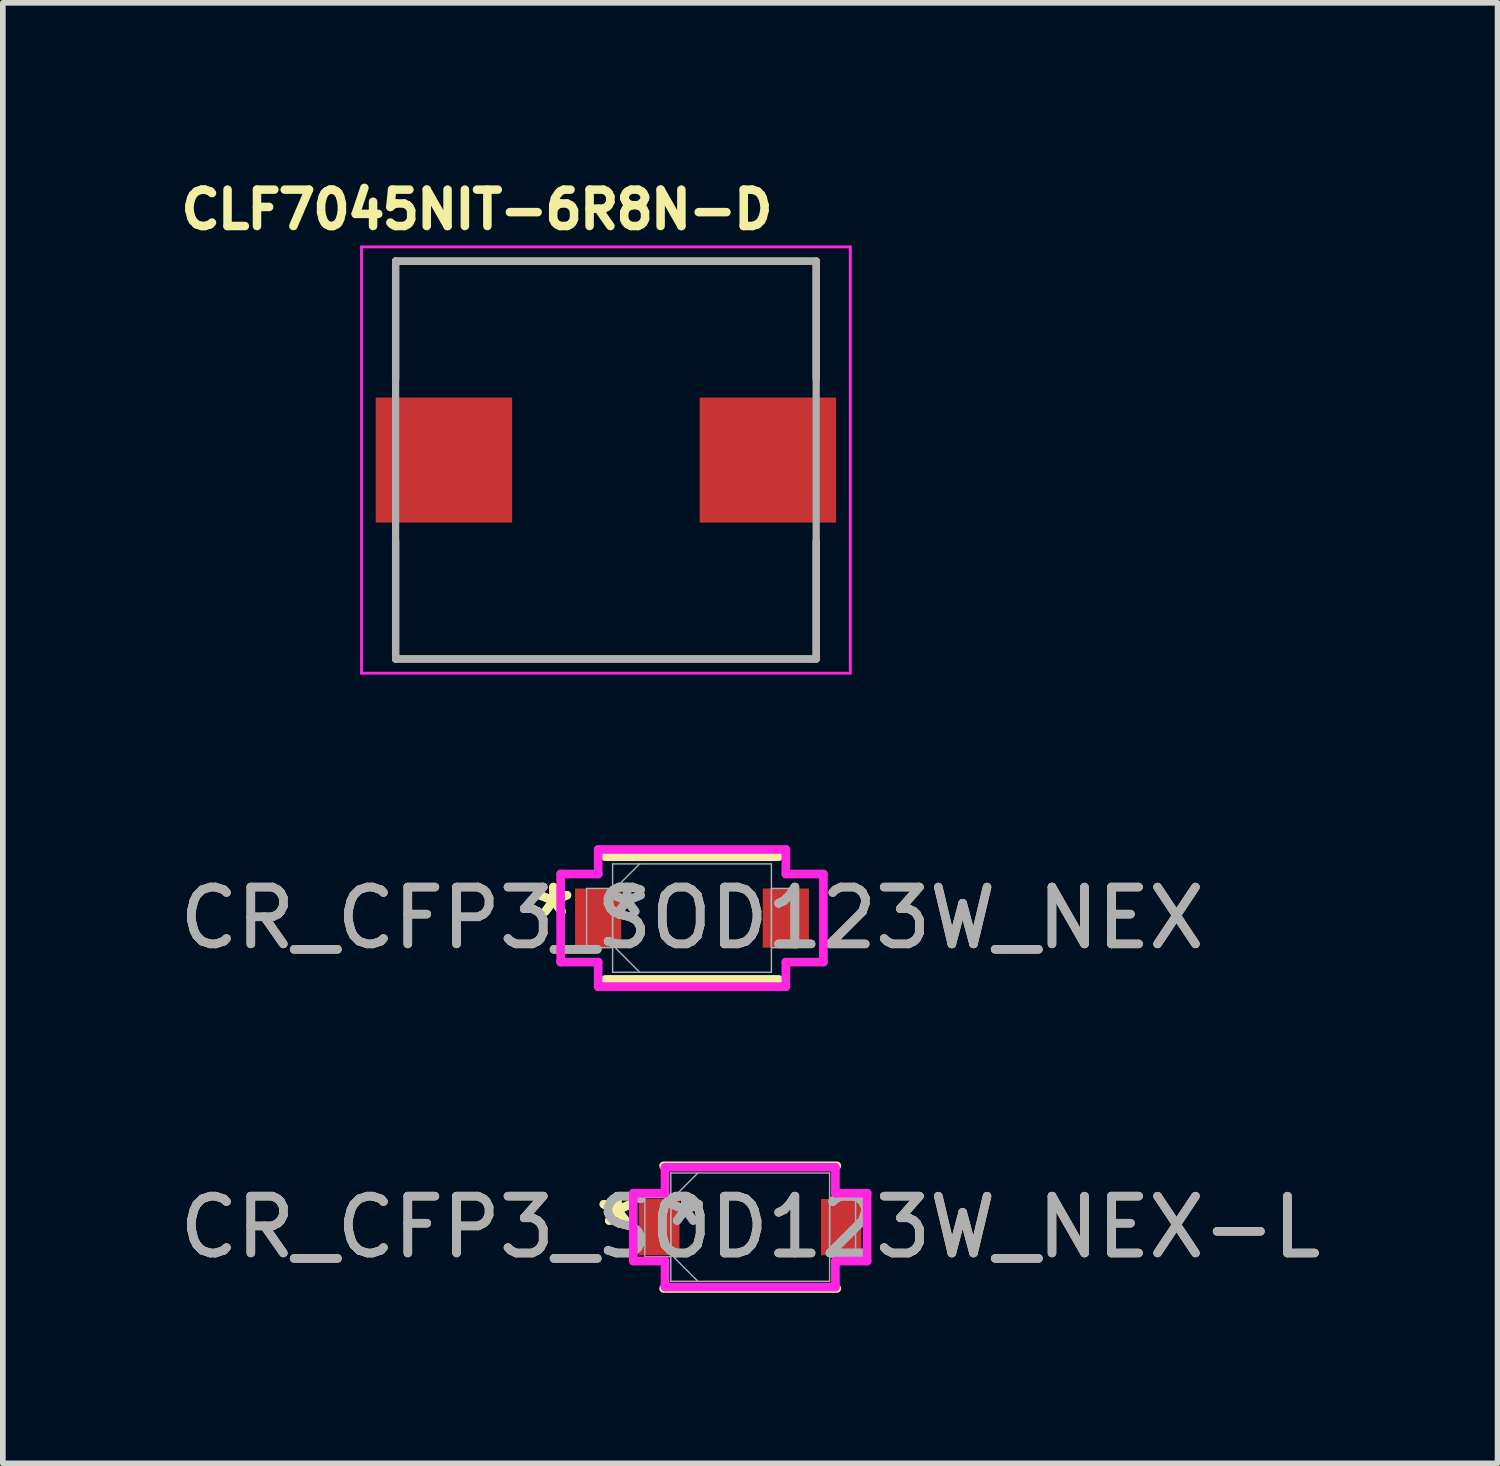
<source format=kicad_pcb>
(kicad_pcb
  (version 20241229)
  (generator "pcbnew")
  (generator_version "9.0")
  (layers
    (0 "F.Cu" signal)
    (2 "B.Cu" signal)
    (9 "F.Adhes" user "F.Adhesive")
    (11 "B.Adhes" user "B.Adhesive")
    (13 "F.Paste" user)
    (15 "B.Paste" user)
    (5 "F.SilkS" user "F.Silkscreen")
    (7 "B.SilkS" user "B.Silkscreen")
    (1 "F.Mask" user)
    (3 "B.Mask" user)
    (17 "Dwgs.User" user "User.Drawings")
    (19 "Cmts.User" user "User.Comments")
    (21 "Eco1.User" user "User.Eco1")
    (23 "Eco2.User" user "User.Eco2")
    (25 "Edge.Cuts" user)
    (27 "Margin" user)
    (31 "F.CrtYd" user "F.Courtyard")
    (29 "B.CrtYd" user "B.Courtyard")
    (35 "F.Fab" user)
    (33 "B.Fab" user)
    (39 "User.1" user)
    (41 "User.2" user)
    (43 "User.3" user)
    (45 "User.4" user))
  (footprint "CR_CFP3_SOD123W_NEX-L"
    (layer "F.Cu")
    (at 10.149 18.54)
    (property "Reference" "CR_CFP3_SOD123W_NEX-L" (at 0 0 0) (unlocked yes) (layer "F.SilkS") (effects (font (size 1 1) (thickness 0.15))))
    (attr smd)
    (fp_line (start -1.524 1.079) (end 1.524 1.079) (stroke (width 0.152) (type solid)) (layer "F.SilkS"))
    (fp_line (start 1.524 -1.079) (end -1.524 -1.079) (stroke (width 0.152) (type solid)) (layer "F.SilkS"))
    (fp_line (start -2.057 -0.597) (end -1.499 -0.597) (stroke (width 0.152) (type solid)) (layer "F.CrtYd"))
    (fp_line (start -2.057 0.597) (end -2.057 -0.597) (stroke (width 0.152) (type solid)) (layer "F.CrtYd"))
    (fp_line (start -1.499 -1.054) (end 1.499 -1.054) (stroke (width 0.152) (type solid)) (layer "F.CrtYd"))
    (fp_line (start -1.499 -0.597) (end -1.499 -1.054) (stroke (width 0.152) (type solid)) (layer "F.CrtYd"))
    (fp_line (start -1.499 0.597) (end -2.057 0.597) (stroke (width 0.152) (type solid)) (layer "F.CrtYd"))
    (fp_line (start -1.499 1.054) (end -1.499 0.597) (stroke (width 0.152) (type solid)) (layer "F.CrtYd"))
    (fp_line (start 1.499 -1.054) (end 1.499 -0.597) (stroke (width 0.152) (type solid)) (layer "F.CrtYd"))
    (fp_line (start 1.499 -0.597) (end 2.057 -0.597) (stroke (width 0.152) (type solid)) (layer "F.CrtYd"))
    (fp_line (start 1.499 0.597) (end 1.499 1.054) (stroke (width 0.152) (type solid)) (layer "F.CrtYd"))
    (fp_line (start 1.499 1.054) (end -1.499 1.054) (stroke (width 0.152) (type solid)) (layer "F.CrtYd"))
    (fp_line (start 2.057 -0.597) (end 2.057 0.597) (stroke (width 0.152) (type solid)) (layer "F.CrtYd"))
    (fp_line (start 2.057 0.597) (end 1.499 0.597) (stroke (width 0.152) (type solid)) (layer "F.CrtYd"))
    (fp_line (start -1.854 -0.521) (end -1.854 0.521) (stroke (width 0.025) (type solid)) (layer "F.Fab"))
    (fp_line (start -1.854 0.521) (end -1.397 0.521) (stroke (width 0.025) (type solid)) (layer "F.Fab"))
    (fp_line (start -1.397 -0.953) (end -1.397 0.953) (stroke (width 0.025) (type solid)) (layer "F.Fab"))
    (fp_line (start -1.397 -0.521) (end -1.854 -0.521) (stroke (width 0.025) (type solid)) (layer "F.Fab"))
    (fp_line (start -1.397 -0.476) (end -0.921 -0.953) (stroke (width 0.025) (type solid)) (layer "F.Fab"))
    (fp_line (start -1.397 0.476) (end -0.921 0.953) (stroke (width 0.025) (type solid)) (layer "F.Fab"))
    (fp_line (start -1.397 0.521) (end -1.397 -0.521) (stroke (width 0.025) (type solid)) (layer "F.Fab"))
    (fp_line (start -1.397 0.953) (end 1.397 0.953) (stroke (width 0.025) (type solid)) (layer "F.Fab"))
    (fp_line (start 1.397 -0.953) (end -1.397 -0.953) (stroke (width 0.025) (type solid)) (layer "F.Fab"))
    (fp_line (start 1.397 -0.521) (end 1.397 0.521) (stroke (width 0.025) (type solid)) (layer "F.Fab"))
    (fp_line (start 1.397 0.521) (end 1.854 0.521) (stroke (width 0.025) (type solid)) (layer "F.Fab"))
    (fp_line (start 1.397 0.953) (end 1.397 -0.953) (stroke (width 0.025) (type solid)) (layer "F.Fab"))
    (fp_line (start 1.854 -0.521) (end 1.397 -0.521) (stroke (width 0.025) (type solid)) (layer "F.Fab"))
    (fp_line (start 1.854 0.521) (end 1.854 -0.521) (stroke (width 0.025) (type solid)) (layer "F.Fab"))
    (fp_text user "*" (at -2.337 0 0) (unlocked yes) (layer "F.SilkS") (effects (font (size 1 1) (thickness 0.15))))
    (fp_text user "*" (at -2.337 0 0) (layer "F.SilkS") (effects (font (size 1 1) (thickness 0.15))))
    (fp_text user "${REFERENCE}" (at 0 0 0) (unlocked yes) (layer "F.Fab") (effects (font (size 1 1) (thickness 0.15))))
    (fp_text user "*" (at -1.143 0 0) (unlocked yes) (layer "F.Fab") (effects (font (size 1 1) (thickness 0.15))))
    (fp_text user "*" (at -1.143 0 0) (layer "F.Fab") (effects (font (size 1 1) (thickness 0.15))))
    (pad "1" smd rect (at -1.6 0) (size 0.711 0.991) (layers "F.Cu" "F.Mask" "F.Paste"))
    (pad "2" smd rect (at 1.6 0) (size 0.711 0.991) (layers "F.Cu" "F.Mask" "F.Paste"))
    (zone (net_name "") (layer "F.Cu") (hatch full 0.508) (connect_pads) (min_thickness 0.254) (filled_areas_thickness no) (keepout (tracks not_allowed) (vias not_allowed) (pads allowed) (copperpour not_allowed) (footprints allowed)) (placement (enabled no)) (fill) (polygon (pts (xy 8.955 17.638) (xy 11.343 17.638) (xy 11.343 19.442) (xy 8.955 19.442)))))
  (footprint "CLF7045NIT-6R8N-D"
    (layer "F.Cu")
    (at 7.61 5.044)
    (property "Reference" "CLF7045NIT-6R8N-D" (at -2.268 -4.406 0) (layer "F.SilkS") (effects (font (size 0.64 0.64) (thickness 0.15))))
    (attr smd)
    (fp_line (start -3.7 -3.5) (end -3.7 -1.42) (stroke (width 0.127) (type solid)) (layer "F.SilkS"))
    (fp_line (start -3.7 -3.5) (end 3.7 -3.5) (stroke (width 0.127) (type solid)) (layer "F.SilkS"))
    (fp_line (start -3.7 3.5) (end -3.7 1.42) (stroke (width 0.127) (type solid)) (layer "F.SilkS"))
    (fp_line (start -3.7 3.5) (end 3.7 3.5) (stroke (width 0.127) (type solid)) (layer "F.SilkS"))
    (fp_line (start 3.7 -3.5) (end 3.7 -1.42) (stroke (width 0.127) (type solid)) (layer "F.SilkS"))
    (fp_line (start 3.7 3.5) (end 3.7 1.42) (stroke (width 0.127) (type solid)) (layer "F.SilkS"))
    (fp_line (start -4.3 -3.75) (end -4.3 3.75) (stroke (width 0.05) (type solid)) (layer "F.CrtYd"))
    (fp_line (start -4.3 3.75) (end 4.3 3.75) (stroke (width 0.05) (type solid)) (layer "F.CrtYd"))
    (fp_line (start 4.3 -3.75) (end -4.3 -3.75) (stroke (width 0.05) (type solid)) (layer "F.CrtYd"))
    (fp_line (start 4.3 3.75) (end 4.3 -3.75) (stroke (width 0.05) (type solid)) (layer "F.CrtYd"))
    (fp_line (start -3.7 -3.5) (end -3.7 3.5) (stroke (width 0.127) (type solid)) (layer "F.Fab"))
    (fp_line (start -3.7 -3.5) (end 3.7 -3.5) (stroke (width 0.127) (type solid)) (layer "F.Fab"))
    (fp_line (start -3.7 3.5) (end 3.7 3.5) (stroke (width 0.127) (type solid)) (layer "F.Fab"))
    (fp_line (start 3.7 -3.5) (end 3.7 3.5) (stroke (width 0.127) (type solid)) (layer "F.Fab"))
    (pad "1" smd rect (at -2.85 0) (size 2.4 2.2) (layers "F.Cu" "F.Mask" "F.Paste"))
    (pad "2" smd rect (at 2.85 0) (size 2.4 2.2) (layers "F.Cu" "F.Mask" "F.Paste")))
  (footprint "CR_CFP3_SOD123W_NEX"
    (layer "F.Cu")
    (at 9.125 13.102)
    (property "Reference" "CR_CFP3_SOD123W_NEX" (at 0 0 0) (unlocked yes) (layer "F.SilkS") (effects (font (size 1 1) (thickness 0.15))))
    (attr smd)
    (fp_line (start -1.524 1.079) (end 1.524 1.079) (stroke (width 0.152) (type solid)) (layer "F.SilkS"))
    (fp_line (start 1.524 -1.079) (end -1.524 -1.079) (stroke (width 0.152) (type solid)) (layer "F.SilkS"))
    (fp_line (start -2.311 -0.775) (end -1.651 -0.775) (stroke (width 0.152) (type solid)) (layer "F.CrtYd"))
    (fp_line (start -2.311 0.775) (end -2.311 -0.775) (stroke (width 0.152) (type solid)) (layer "F.CrtYd"))
    (fp_line (start -1.651 -1.206) (end 1.651 -1.206) (stroke (width 0.152) (type solid)) (layer "F.CrtYd"))
    (fp_line (start -1.651 -0.775) (end -1.651 -1.206) (stroke (width 0.152) (type solid)) (layer "F.CrtYd"))
    (fp_line (start -1.651 0.775) (end -2.311 0.775) (stroke (width 0.152) (type solid)) (layer "F.CrtYd"))
    (fp_line (start -1.651 1.206) (end -1.651 0.775) (stroke (width 0.152) (type solid)) (layer "F.CrtYd"))
    (fp_line (start 1.651 -1.206) (end 1.651 -0.775) (stroke (width 0.152) (type solid)) (layer "F.CrtYd"))
    (fp_line (start 1.651 -0.775) (end 2.311 -0.775) (stroke (width 0.152) (type solid)) (layer "F.CrtYd"))
    (fp_line (start 1.651 0.775) (end 1.651 1.206) (stroke (width 0.152) (type solid)) (layer "F.CrtYd"))
    (fp_line (start 1.651 1.206) (end -1.651 1.206) (stroke (width 0.152) (type solid)) (layer "F.CrtYd"))
    (fp_line (start 2.311 -0.775) (end 2.311 0.775) (stroke (width 0.152) (type solid)) (layer "F.CrtYd"))
    (fp_line (start 2.311 0.775) (end 1.651 0.775) (stroke (width 0.152) (type solid)) (layer "F.CrtYd"))
    (fp_line (start -1.854 -0.521) (end -1.854 0.521) (stroke (width 0.025) (type solid)) (layer "F.Fab"))
    (fp_line (start -1.854 0.521) (end -1.397 0.521) (stroke (width 0.025) (type solid)) (layer "F.Fab"))
    (fp_line (start -1.397 -0.953) (end -1.397 0.953) (stroke (width 0.025) (type solid)) (layer "F.Fab"))
    (fp_line (start -1.397 -0.521) (end -1.854 -0.521) (stroke (width 0.025) (type solid)) (layer "F.Fab"))
    (fp_line (start -1.397 -0.476) (end -0.921 -0.953) (stroke (width 0.025) (type solid)) (layer "F.Fab"))
    (fp_line (start -1.397 0.476) (end -0.921 0.953) (stroke (width 0.025) (type solid)) (layer "F.Fab"))
    (fp_line (start -1.397 0.521) (end -1.397 -0.521) (stroke (width 0.025) (type solid)) (layer "F.Fab"))
    (fp_line (start -1.397 0.953) (end 1.397 0.953) (stroke (width 0.025) (type solid)) (layer "F.Fab"))
    (fp_line (start 1.397 -0.953) (end -1.397 -0.953) (stroke (width 0.025) (type solid)) (layer "F.Fab"))
    (fp_line (start 1.397 -0.521) (end 1.397 0.521) (stroke (width 0.025) (type solid)) (layer "F.Fab"))
    (fp_line (start 1.397 0.521) (end 1.854 0.521) (stroke (width 0.025) (type solid)) (layer "F.Fab"))
    (fp_line (start 1.397 0.953) (end 1.397 -0.953) (stroke (width 0.025) (type solid)) (layer "F.Fab"))
    (fp_line (start 1.854 -0.521) (end 1.397 -0.521) (stroke (width 0.025) (type solid)) (layer "F.Fab"))
    (fp_line (start 1.854 0.521) (end 1.854 -0.521) (stroke (width 0.025) (type solid)) (layer "F.Fab"))
    (fp_text user "*" (at -2.438 0 0) (unlocked yes) (layer "F.SilkS") (effects (font (size 1 1) (thickness 0.15))))
    (fp_text user "*" (at -2.438 0 0) (layer "F.SilkS") (effects (font (size 1 1) (thickness 0.15))))
    (fp_text user "*" (at -1.143 0 0) (layer "F.Fab") (effects (font (size 1 1) (thickness 0.15))))
    (fp_text user "${REFERENCE}" (at 0 0 0) (unlocked yes) (layer "F.Fab") (effects (font (size 1 1) (thickness 0.15))))
    (fp_text user "*" (at -1.143 0 0) (unlocked yes) (layer "F.Fab") (effects (font (size 1 1) (thickness 0.15))))
    (pad "1" smd rect (at -1.651 0) (size 0.813 1.041) (layers "F.Cu" "F.Mask" "F.Paste"))
    (pad "2" smd rect (at 1.651 0) (size 0.813 1.041) (layers "F.Cu" "F.Mask" "F.Paste"))
    (zone (net_name "") (layer "F.Cu") (hatch full 0.508) (connect_pads) (min_thickness 0.254) (filled_areas_thickness no) (keepout (tracks not_allowed) (vias not_allowed) (pads allowed) (copperpour not_allowed) (footprints allowed)) (placement (enabled no)) (fill) (polygon (pts (xy 7.931 12.2) (xy 10.319 12.2) (xy 10.319 14.003) (xy 7.931 14.003)))))
  (gr_rect
    (start -3 -3)
    (end 23.298 22.696)
    (stroke (width 0.1) (type default))
    (fill no)
    (layer "Edge.Cuts")))
</source>
